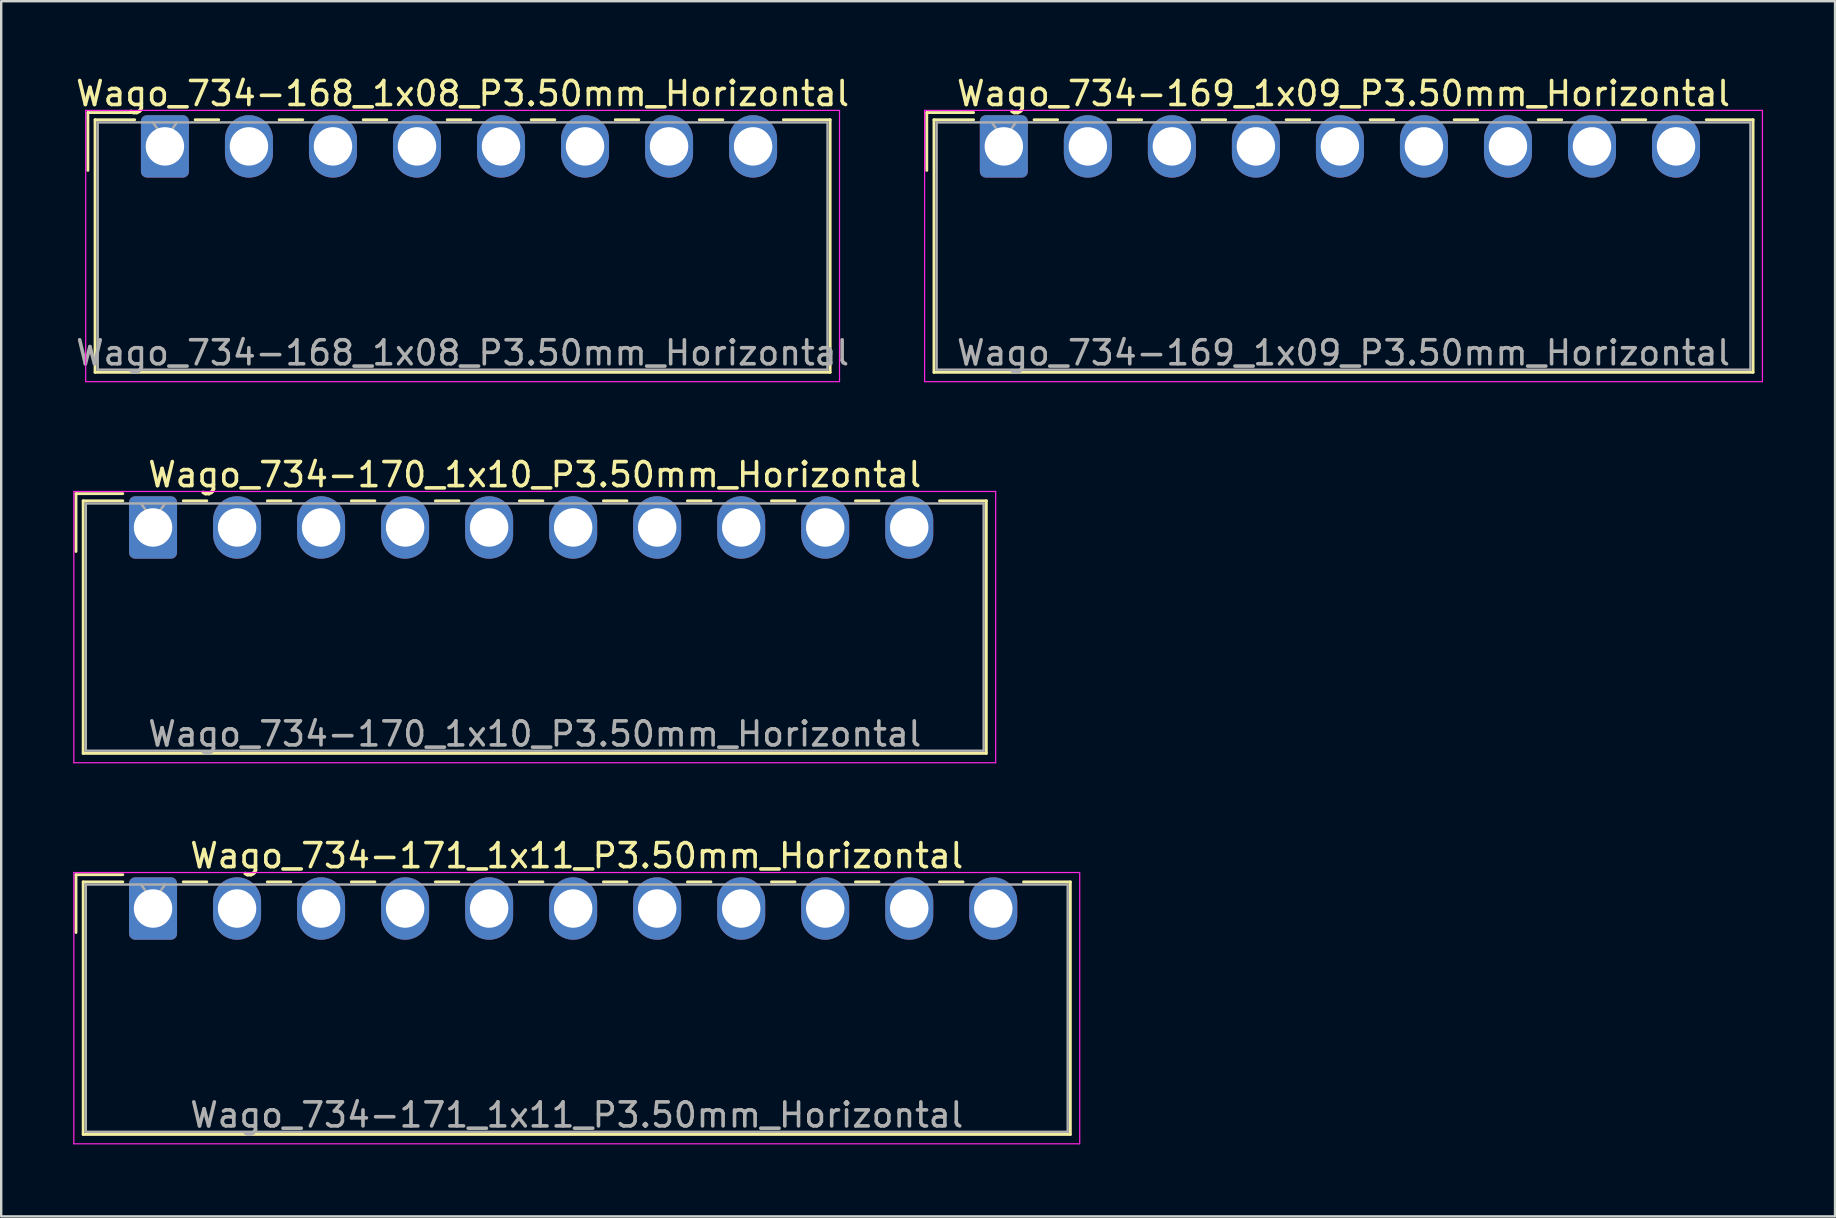
<source format=kicad_pcb>
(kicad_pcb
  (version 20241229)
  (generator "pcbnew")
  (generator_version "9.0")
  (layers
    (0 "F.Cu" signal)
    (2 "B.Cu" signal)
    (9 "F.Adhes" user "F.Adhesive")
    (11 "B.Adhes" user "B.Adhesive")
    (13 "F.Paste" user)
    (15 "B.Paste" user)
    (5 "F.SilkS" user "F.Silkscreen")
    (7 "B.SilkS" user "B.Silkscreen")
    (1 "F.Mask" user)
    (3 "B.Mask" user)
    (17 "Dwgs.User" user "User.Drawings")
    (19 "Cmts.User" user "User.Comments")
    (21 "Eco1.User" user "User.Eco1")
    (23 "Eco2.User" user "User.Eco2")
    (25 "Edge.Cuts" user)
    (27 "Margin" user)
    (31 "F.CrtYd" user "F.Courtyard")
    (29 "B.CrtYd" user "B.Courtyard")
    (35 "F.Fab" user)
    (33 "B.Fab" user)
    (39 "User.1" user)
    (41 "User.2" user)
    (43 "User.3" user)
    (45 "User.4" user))
  (footprint "Wago_734-168_1x08_P3.50mm_Horizontal"
    (layer "F.Cu")
    (at 3.82 3.048)
    (property "Reference" "Wago_734-168_1x08_P3.50mm_Horizontal" (at 12.4 -2.2 0) (layer "F.SilkS") (effects (font (size 1 1) (thickness 0.15))))
    (attr through_hole)
    (fp_line (start -3.21 -1.41) (end -1.26 -1.41) (stroke (width 0.12) (type solid)) (layer "F.SilkS"))
    (fp_line (start -3.21 1) (end -3.21 -1.41) (stroke (width 0.12) (type solid)) (layer "F.SilkS"))
    (fp_line (start -2.91 -1.11) (end -2.91 9.41) (stroke (width 0.12) (type solid)) (layer "F.SilkS"))
    (fp_line (start -2.91 9.41) (end 27.71 9.41) (stroke (width 0.12) (type solid)) (layer "F.SilkS"))
    (fp_line (start -1.26 -1.11) (end -2.91 -1.11) (stroke (width 0.12) (type solid)) (layer "F.SilkS"))
    (fp_line (start 1.26 -1.11) (end 2.24 -1.11) (stroke (width 0.12) (type solid)) (layer "F.SilkS"))
    (fp_line (start 4.76 -1.11) (end 5.74 -1.11) (stroke (width 0.12) (type solid)) (layer "F.SilkS"))
    (fp_line (start 8.26 -1.11) (end 9.24 -1.11) (stroke (width 0.12) (type solid)) (layer "F.SilkS"))
    (fp_line (start 11.76 -1.11) (end 12.74 -1.11) (stroke (width 0.12) (type solid)) (layer "F.SilkS"))
    (fp_line (start 15.26 -1.11) (end 16.24 -1.11) (stroke (width 0.12) (type solid)) (layer "F.SilkS"))
    (fp_line (start 18.76 -1.11) (end 19.74 -1.11) (stroke (width 0.12) (type solid)) (layer "F.SilkS"))
    (fp_line (start 22.26 -1.11) (end 23.24 -1.11) (stroke (width 0.12) (type solid)) (layer "F.SilkS"))
    (fp_line (start 27.71 -1.11) (end 25.76 -1.11) (stroke (width 0.12) (type solid)) (layer "F.SilkS"))
    (fp_line (start 27.71 9.41) (end 27.71 -1.11) (stroke (width 0.12) (type solid)) (layer "F.SilkS"))
    (fp_line (start -3.3 -1.5) (end -3.3 9.8) (stroke (width 0.05) (type solid)) (layer "F.CrtYd"))
    (fp_line (start -3.3 9.8) (end 28.1 9.8) (stroke (width 0.05) (type solid)) (layer "F.CrtYd"))
    (fp_line (start 28.1 -1.5) (end -3.3 -1.5) (stroke (width 0.05) (type solid)) (layer "F.CrtYd"))
    (fp_line (start 28.1 9.8) (end 28.1 -1.5) (stroke (width 0.05) (type solid)) (layer "F.CrtYd"))
    (fp_line (start -2.8 -1) (end -2.8 9.3) (stroke (width 0.1) (type solid)) (layer "F.Fab"))
    (fp_line (start -2.8 9.3) (end 27.6 9.3) (stroke (width 0.1) (type solid)) (layer "F.Fab"))
    (fp_line (start -0.5 -1) (end 0 -0.293) (stroke (width 0.1) (type solid)) (layer "F.Fab"))
    (fp_line (start 0 -0.293) (end 0.5 -1) (stroke (width 0.1) (type solid)) (layer "F.Fab"))
    (fp_line (start 27.6 -1) (end -2.8 -1) (stroke (width 0.1) (type solid)) (layer "F.Fab"))
    (fp_line (start 27.6 9.3) (end 27.6 -1) (stroke (width 0.1) (type solid)) (layer "F.Fab"))
    (fp_text user "${REFERENCE}" (at 12.4 8.6 0) (layer "F.Fab") (effects (font (size 1 1) (thickness 0.15))))
    (pad "1" thru_hole roundrect (at 0 0) (size 2 2.6) (drill 1.6) (layers "*.Cu" "*.Mask") (roundrect_rratio 0.125))
    (pad "2" thru_hole oval (at 3.5 0) (size 2 2.6) (drill 1.6) (layers "*.Cu" "*.Mask"))
    (pad "3" thru_hole oval (at 7 0) (size 2 2.6) (drill 1.6) (layers "*.Cu" "*.Mask"))
    (pad "4" thru_hole oval (at 10.5 0) (size 2 2.6) (drill 1.6) (layers "*.Cu" "*.Mask"))
    (pad "5" thru_hole oval (at 14 0) (size 2 2.6) (drill 1.6) (layers "*.Cu" "*.Mask"))
    (pad "6" thru_hole oval (at 17.5 0) (size 2 2.6) (drill 1.6) (layers "*.Cu" "*.Mask"))
    (pad "7" thru_hole oval (at 21 0) (size 2 2.6) (drill 1.6) (layers "*.Cu" "*.Mask"))
    (pad "8" thru_hole oval (at 24.5 0) (size 2 2.6) (drill 1.6) (layers "*.Cu" "*.Mask")))
  (footprint "Wago_734-170_1x10_P3.50mm_Horizontal"
    (layer "F.Cu")
    (at 3.325 18.922)
    (property "Reference" "Wago_734-170_1x10_P3.50mm_Horizontal" (at 15.9 -2.2 0) (layer "F.SilkS") (effects (font (size 1 1) (thickness 0.15))))
    (attr through_hole)
    (fp_line (start -3.21 -1.41) (end -1.26 -1.41) (stroke (width 0.12) (type solid)) (layer "F.SilkS"))
    (fp_line (start -3.21 1) (end -3.21 -1.41) (stroke (width 0.12) (type solid)) (layer "F.SilkS"))
    (fp_line (start -2.91 -1.11) (end -2.91 9.41) (stroke (width 0.12) (type solid)) (layer "F.SilkS"))
    (fp_line (start -2.91 9.41) (end 34.71 9.41) (stroke (width 0.12) (type solid)) (layer "F.SilkS"))
    (fp_line (start -1.26 -1.11) (end -2.91 -1.11) (stroke (width 0.12) (type solid)) (layer "F.SilkS"))
    (fp_line (start 1.26 -1.11) (end 2.24 -1.11) (stroke (width 0.12) (type solid)) (layer "F.SilkS"))
    (fp_line (start 4.76 -1.11) (end 5.74 -1.11) (stroke (width 0.12) (type solid)) (layer "F.SilkS"))
    (fp_line (start 8.26 -1.11) (end 9.24 -1.11) (stroke (width 0.12) (type solid)) (layer "F.SilkS"))
    (fp_line (start 11.76 -1.11) (end 12.74 -1.11) (stroke (width 0.12) (type solid)) (layer "F.SilkS"))
    (fp_line (start 15.26 -1.11) (end 16.24 -1.11) (stroke (width 0.12) (type solid)) (layer "F.SilkS"))
    (fp_line (start 18.76 -1.11) (end 19.74 -1.11) (stroke (width 0.12) (type solid)) (layer "F.SilkS"))
    (fp_line (start 22.26 -1.11) (end 23.24 -1.11) (stroke (width 0.12) (type solid)) (layer "F.SilkS"))
    (fp_line (start 25.76 -1.11) (end 26.74 -1.11) (stroke (width 0.12) (type solid)) (layer "F.SilkS"))
    (fp_line (start 29.26 -1.11) (end 30.24 -1.11) (stroke (width 0.12) (type solid)) (layer "F.SilkS"))
    (fp_line (start 34.71 -1.11) (end 32.76 -1.11) (stroke (width 0.12) (type solid)) (layer "F.SilkS"))
    (fp_line (start 34.71 9.41) (end 34.71 -1.11) (stroke (width 0.12) (type solid)) (layer "F.SilkS"))
    (fp_line (start -3.3 -1.5) (end -3.3 9.8) (stroke (width 0.05) (type solid)) (layer "F.CrtYd"))
    (fp_line (start -3.3 9.8) (end 35.1 9.8) (stroke (width 0.05) (type solid)) (layer "F.CrtYd"))
    (fp_line (start 35.1 -1.5) (end -3.3 -1.5) (stroke (width 0.05) (type solid)) (layer "F.CrtYd"))
    (fp_line (start 35.1 9.8) (end 35.1 -1.5) (stroke (width 0.05) (type solid)) (layer "F.CrtYd"))
    (fp_line (start -2.8 -1) (end -2.8 9.3) (stroke (width 0.1) (type solid)) (layer "F.Fab"))
    (fp_line (start -2.8 9.3) (end 34.6 9.3) (stroke (width 0.1) (type solid)) (layer "F.Fab"))
    (fp_line (start -0.5 -1) (end 0 -0.293) (stroke (width 0.1) (type solid)) (layer "F.Fab"))
    (fp_line (start 0 -0.293) (end 0.5 -1) (stroke (width 0.1) (type solid)) (layer "F.Fab"))
    (fp_line (start 34.6 -1) (end -2.8 -1) (stroke (width 0.1) (type solid)) (layer "F.Fab"))
    (fp_line (start 34.6 9.3) (end 34.6 -1) (stroke (width 0.1) (type solid)) (layer "F.Fab"))
    (fp_text user "${REFERENCE}" (at 15.9 8.6 0) (layer "F.Fab") (effects (font (size 1 1) (thickness 0.15))))
    (pad "1" thru_hole roundrect (at 0 0) (size 2 2.6) (drill 1.6) (layers "*.Cu" "*.Mask") (roundrect_rratio 0.125))
    (pad "2" thru_hole oval (at 3.5 0) (size 2 2.6) (drill 1.6) (layers "*.Cu" "*.Mask"))
    (pad "3" thru_hole oval (at 7 0) (size 2 2.6) (drill 1.6) (layers "*.Cu" "*.Mask"))
    (pad "4" thru_hole oval (at 10.5 0) (size 2 2.6) (drill 1.6) (layers "*.Cu" "*.Mask"))
    (pad "5" thru_hole oval (at 14 0) (size 2 2.6) (drill 1.6) (layers "*.Cu" "*.Mask"))
    (pad "6" thru_hole oval (at 17.5 0) (size 2 2.6) (drill 1.6) (layers "*.Cu" "*.Mask"))
    (pad "7" thru_hole oval (at 21 0) (size 2 2.6) (drill 1.6) (layers "*.Cu" "*.Mask"))
    (pad "8" thru_hole oval (at 24.5 0) (size 2 2.6) (drill 1.6) (layers "*.Cu" "*.Mask"))
    (pad "9" thru_hole oval (at 28 0) (size 2 2.6) (drill 1.6) (layers "*.Cu" "*.Mask"))
    (pad "10" thru_hole oval (at 31.5 0) (size 2 2.6) (drill 1.6) (layers "*.Cu" "*.Mask")))
  (footprint "Wago_734-169_1x09_P3.50mm_Horizontal"
    (layer "F.Cu")
    (at 38.765 3.048)
    (property "Reference" "Wago_734-169_1x09_P3.50mm_Horizontal" (at 14.15 -2.2 0) (layer "F.SilkS") (effects (font (size 1 1) (thickness 0.15))))
    (attr through_hole)
    (fp_line (start -3.21 -1.41) (end -1.26 -1.41) (stroke (width 0.12) (type solid)) (layer "F.SilkS"))
    (fp_line (start -3.21 1) (end -3.21 -1.41) (stroke (width 0.12) (type solid)) (layer "F.SilkS"))
    (fp_line (start -2.91 -1.11) (end -2.91 9.41) (stroke (width 0.12) (type solid)) (layer "F.SilkS"))
    (fp_line (start -2.91 9.41) (end 31.21 9.41) (stroke (width 0.12) (type solid)) (layer "F.SilkS"))
    (fp_line (start -1.26 -1.11) (end -2.91 -1.11) (stroke (width 0.12) (type solid)) (layer "F.SilkS"))
    (fp_line (start 1.26 -1.11) (end 2.24 -1.11) (stroke (width 0.12) (type solid)) (layer "F.SilkS"))
    (fp_line (start 4.76 -1.11) (end 5.74 -1.11) (stroke (width 0.12) (type solid)) (layer "F.SilkS"))
    (fp_line (start 8.26 -1.11) (end 9.24 -1.11) (stroke (width 0.12) (type solid)) (layer "F.SilkS"))
    (fp_line (start 11.76 -1.11) (end 12.74 -1.11) (stroke (width 0.12) (type solid)) (layer "F.SilkS"))
    (fp_line (start 15.26 -1.11) (end 16.24 -1.11) (stroke (width 0.12) (type solid)) (layer "F.SilkS"))
    (fp_line (start 18.76 -1.11) (end 19.74 -1.11) (stroke (width 0.12) (type solid)) (layer "F.SilkS"))
    (fp_line (start 22.26 -1.11) (end 23.24 -1.11) (stroke (width 0.12) (type solid)) (layer "F.SilkS"))
    (fp_line (start 25.76 -1.11) (end 26.74 -1.11) (stroke (width 0.12) (type solid)) (layer "F.SilkS"))
    (fp_line (start 31.21 -1.11) (end 29.26 -1.11) (stroke (width 0.12) (type solid)) (layer "F.SilkS"))
    (fp_line (start 31.21 9.41) (end 31.21 -1.11) (stroke (width 0.12) (type solid)) (layer "F.SilkS"))
    (fp_line (start -3.3 -1.5) (end -3.3 9.8) (stroke (width 0.05) (type solid)) (layer "F.CrtYd"))
    (fp_line (start -3.3 9.8) (end 31.6 9.8) (stroke (width 0.05) (type solid)) (layer "F.CrtYd"))
    (fp_line (start 31.6 -1.5) (end -3.3 -1.5) (stroke (width 0.05) (type solid)) (layer "F.CrtYd"))
    (fp_line (start 31.6 9.8) (end 31.6 -1.5) (stroke (width 0.05) (type solid)) (layer "F.CrtYd"))
    (fp_line (start -2.8 -1) (end -2.8 9.3) (stroke (width 0.1) (type solid)) (layer "F.Fab"))
    (fp_line (start -2.8 9.3) (end 31.1 9.3) (stroke (width 0.1) (type solid)) (layer "F.Fab"))
    (fp_line (start -0.5 -1) (end 0 -0.293) (stroke (width 0.1) (type solid)) (layer "F.Fab"))
    (fp_line (start 0 -0.293) (end 0.5 -1) (stroke (width 0.1) (type solid)) (layer "F.Fab"))
    (fp_line (start 31.1 -1) (end -2.8 -1) (stroke (width 0.1) (type solid)) (layer "F.Fab"))
    (fp_line (start 31.1 9.3) (end 31.1 -1) (stroke (width 0.1) (type solid)) (layer "F.Fab"))
    (fp_text user "${REFERENCE}" (at 14.15 8.6 0) (layer "F.Fab") (effects (font (size 1 1) (thickness 0.15))))
    (pad "1" thru_hole roundrect (at 0 0) (size 2 2.6) (drill 1.6) (layers "*.Cu" "*.Mask") (roundrect_rratio 0.125))
    (pad "2" thru_hole oval (at 3.5 0) (size 2 2.6) (drill 1.6) (layers "*.Cu" "*.Mask"))
    (pad "3" thru_hole oval (at 7 0) (size 2 2.6) (drill 1.6) (layers "*.Cu" "*.Mask"))
    (pad "4" thru_hole oval (at 10.5 0) (size 2 2.6) (drill 1.6) (layers "*.Cu" "*.Mask"))
    (pad "5" thru_hole oval (at 14 0) (size 2 2.6) (drill 1.6) (layers "*.Cu" "*.Mask"))
    (pad "6" thru_hole oval (at 17.5 0) (size 2 2.6) (drill 1.6) (layers "*.Cu" "*.Mask"))
    (pad "7" thru_hole oval (at 21 0) (size 2 2.6) (drill 1.6) (layers "*.Cu" "*.Mask"))
    (pad "8" thru_hole oval (at 24.5 0) (size 2 2.6) (drill 1.6) (layers "*.Cu" "*.Mask"))
    (pad "9" thru_hole oval (at 28 0) (size 2 2.6) (drill 1.6) (layers "*.Cu" "*.Mask")))
  (footprint "Wago_734-171_1x11_P3.50mm_Horizontal"
    (layer "F.Cu")
    (at 3.325 34.795)
    (property "Reference" "Wago_734-171_1x11_P3.50mm_Horizontal" (at 17.65 -2.2 0) (layer "F.SilkS") (effects (font (size 1 1) (thickness 0.15))))
    (attr through_hole)
    (fp_line (start -3.21 -1.41) (end -1.26 -1.41) (stroke (width 0.12) (type solid)) (layer "F.SilkS"))
    (fp_line (start -3.21 1) (end -3.21 -1.41) (stroke (width 0.12) (type solid)) (layer "F.SilkS"))
    (fp_line (start -2.91 -1.11) (end -2.91 9.41) (stroke (width 0.12) (type solid)) (layer "F.SilkS"))
    (fp_line (start -2.91 9.41) (end 38.21 9.41) (stroke (width 0.12) (type solid)) (layer "F.SilkS"))
    (fp_line (start -1.26 -1.11) (end -2.91 -1.11) (stroke (width 0.12) (type solid)) (layer "F.SilkS"))
    (fp_line (start 1.26 -1.11) (end 2.24 -1.11) (stroke (width 0.12) (type solid)) (layer "F.SilkS"))
    (fp_line (start 4.76 -1.11) (end 5.74 -1.11) (stroke (width 0.12) (type solid)) (layer "F.SilkS"))
    (fp_line (start 8.26 -1.11) (end 9.24 -1.11) (stroke (width 0.12) (type solid)) (layer "F.SilkS"))
    (fp_line (start 11.76 -1.11) (end 12.74 -1.11) (stroke (width 0.12) (type solid)) (layer "F.SilkS"))
    (fp_line (start 15.26 -1.11) (end 16.24 -1.11) (stroke (width 0.12) (type solid)) (layer "F.SilkS"))
    (fp_line (start 18.76 -1.11) (end 19.74 -1.11) (stroke (width 0.12) (type solid)) (layer "F.SilkS"))
    (fp_line (start 22.26 -1.11) (end 23.24 -1.11) (stroke (width 0.12) (type solid)) (layer "F.SilkS"))
    (fp_line (start 25.76 -1.11) (end 26.74 -1.11) (stroke (width 0.12) (type solid)) (layer "F.SilkS"))
    (fp_line (start 29.26 -1.11) (end 30.24 -1.11) (stroke (width 0.12) (type solid)) (layer "F.SilkS"))
    (fp_line (start 32.76 -1.11) (end 33.74 -1.11) (stroke (width 0.12) (type solid)) (layer "F.SilkS"))
    (fp_line (start 38.21 -1.11) (end 36.26 -1.11) (stroke (width 0.12) (type solid)) (layer "F.SilkS"))
    (fp_line (start 38.21 9.41) (end 38.21 -1.11) (stroke (width 0.12) (type solid)) (layer "F.SilkS"))
    (fp_line (start -3.3 -1.5) (end -3.3 9.8) (stroke (width 0.05) (type solid)) (layer "F.CrtYd"))
    (fp_line (start -3.3 9.8) (end 38.6 9.8) (stroke (width 0.05) (type solid)) (layer "F.CrtYd"))
    (fp_line (start 38.6 -1.5) (end -3.3 -1.5) (stroke (width 0.05) (type solid)) (layer "F.CrtYd"))
    (fp_line (start 38.6 9.8) (end 38.6 -1.5) (stroke (width 0.05) (type solid)) (layer "F.CrtYd"))
    (fp_line (start -2.8 -1) (end -2.8 9.3) (stroke (width 0.1) (type solid)) (layer "F.Fab"))
    (fp_line (start -2.8 9.3) (end 38.1 9.3) (stroke (width 0.1) (type solid)) (layer "F.Fab"))
    (fp_line (start -0.5 -1) (end 0 -0.293) (stroke (width 0.1) (type solid)) (layer "F.Fab"))
    (fp_line (start 0 -0.293) (end 0.5 -1) (stroke (width 0.1) (type solid)) (layer "F.Fab"))
    (fp_line (start 38.1 -1) (end -2.8 -1) (stroke (width 0.1) (type solid)) (layer "F.Fab"))
    (fp_line (start 38.1 9.3) (end 38.1 -1) (stroke (width 0.1) (type solid)) (layer "F.Fab"))
    (fp_text user "${REFERENCE}" (at 17.65 8.6 0) (layer "F.Fab") (effects (font (size 1 1) (thickness 0.15))))
    (pad "1" thru_hole roundrect (at 0 0) (size 2 2.6) (drill 1.6) (layers "*.Cu" "*.Mask") (roundrect_rratio 0.125))
    (pad "2" thru_hole oval (at 3.5 0) (size 2 2.6) (drill 1.6) (layers "*.Cu" "*.Mask"))
    (pad "3" thru_hole oval (at 7 0) (size 2 2.6) (drill 1.6) (layers "*.Cu" "*.Mask"))
    (pad "4" thru_hole oval (at 10.5 0) (size 2 2.6) (drill 1.6) (layers "*.Cu" "*.Mask"))
    (pad "5" thru_hole oval (at 14 0) (size 2 2.6) (drill 1.6) (layers "*.Cu" "*.Mask"))
    (pad "6" thru_hole oval (at 17.5 0) (size 2 2.6) (drill 1.6) (layers "*.Cu" "*.Mask"))
    (pad "7" thru_hole oval (at 21 0) (size 2 2.6) (drill 1.6) (layers "*.Cu" "*.Mask"))
    (pad "8" thru_hole oval (at 24.5 0) (size 2 2.6) (drill 1.6) (layers "*.Cu" "*.Mask"))
    (pad "9" thru_hole oval (at 28 0) (size 2 2.6) (drill 1.6) (layers "*.Cu" "*.Mask"))
    (pad "10" thru_hole oval (at 31.5 0) (size 2 2.6) (drill 1.6) (layers "*.Cu" "*.Mask"))
    (pad "11" thru_hole oval (at 35 0) (size 2 2.6) (drill 1.6) (layers "*.Cu" "*.Mask")))
  (gr_rect
    (start -3 -3)
    (end 73.39 47.62)
    (stroke (width 0.1) (type default))
    (fill no)
    (layer "Edge.Cuts")))
</source>
